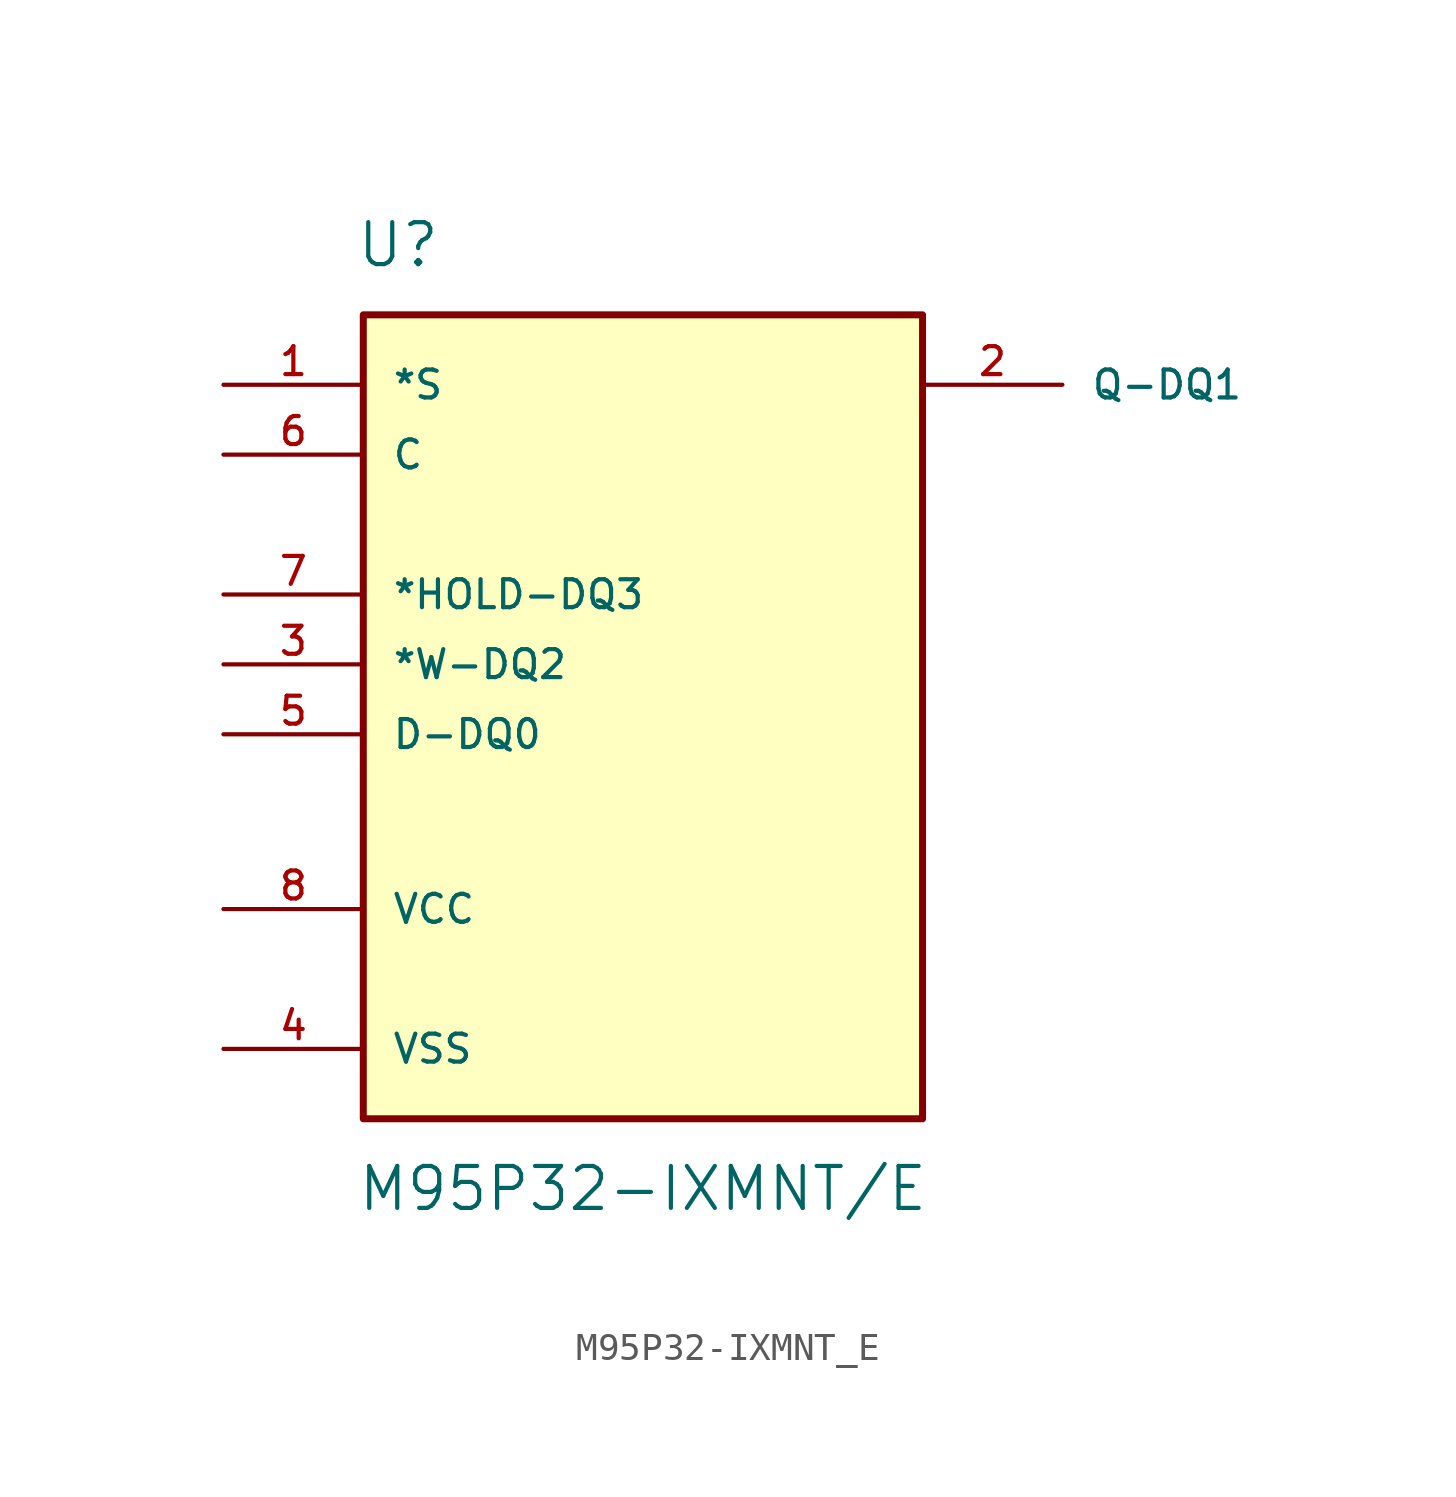
<source format=kicad_sym>
(kicad_symbol_lib
  (version 20220914)
  (generator kicad_symbol_editor)
  (symbol "M95P32-IXMNT_E"
    (pin_names
      (offset 1.016))
    (property "Reference" "U"
      (at -8.89 17.78 0)
      (effects (font (size 1.524 1.524))))
    (property "Value" "M95P32-IXMNT/E"
      (at 0 -16.51 0)
      (effects (font (size 1.524 1.524))))
    (symbol "M95P32-IXMNT_E_0_0"
      (rectangle (start -10.16 15.24) (end 10.16 -13.97) (stroke (width 0.254) (type default)) (fill (type background))))
    (symbol "M95P32-IXMNT_E_1_0"
      (pin input line (at -15.24 12.7 0) (length 5.08) (name "*S" (effects (font (size 1.016 1.016)))) (number "1" (effects (font (size 1.016 1.016)))))
      (pin output line (at 10.16 12.7 0) (length 5.08) (name "Q-DQ1" (effects (font (size 1.016 1.016)))) (number "2" (effects (font (size 1.016 1.016)))))
      (pin bidirectional line (at -15.24 2.54 0) (length 5.08) (name "*W-DQ2" (effects (font (size 1.016 1.016)))) (number "3" (effects (font (size 1.016 1.016)))))
      (pin power_in line (at -15.24 -11.43 0) (length 5.08) (name "VSS" (effects (font (size 1.016 1.016)))) (number "4" (effects (font (size 1.016 1.016)))))
      (pin bidirectional line (at -15.24 0 0) (length 5.08) (name "D-DQ0" (effects (font (size 1.016 1.016)))) (number "5" (effects (font (size 1.016 1.016)))))
      (pin input line (at -15.24 10.16 0) (length 5.08) (name "C" (effects (font (size 1.016 1.016)))) (number "6" (effects (font (size 1.016 1.016)))))
      (pin bidirectional line (at -15.24 5.08 0) (length 5.08) (name "*HOLD-DQ3" (effects (font (size 1.016 1.016)))) (number "7" (effects (font (size 1.016 1.016)))))
      (pin power_in line (at -15.24 -6.35 0) (length 5.08) (name "VCC" (effects (font (size 1.016 1.016)))) (number "8" (effects (font (size 1.016 1.016))))))))
</source>
